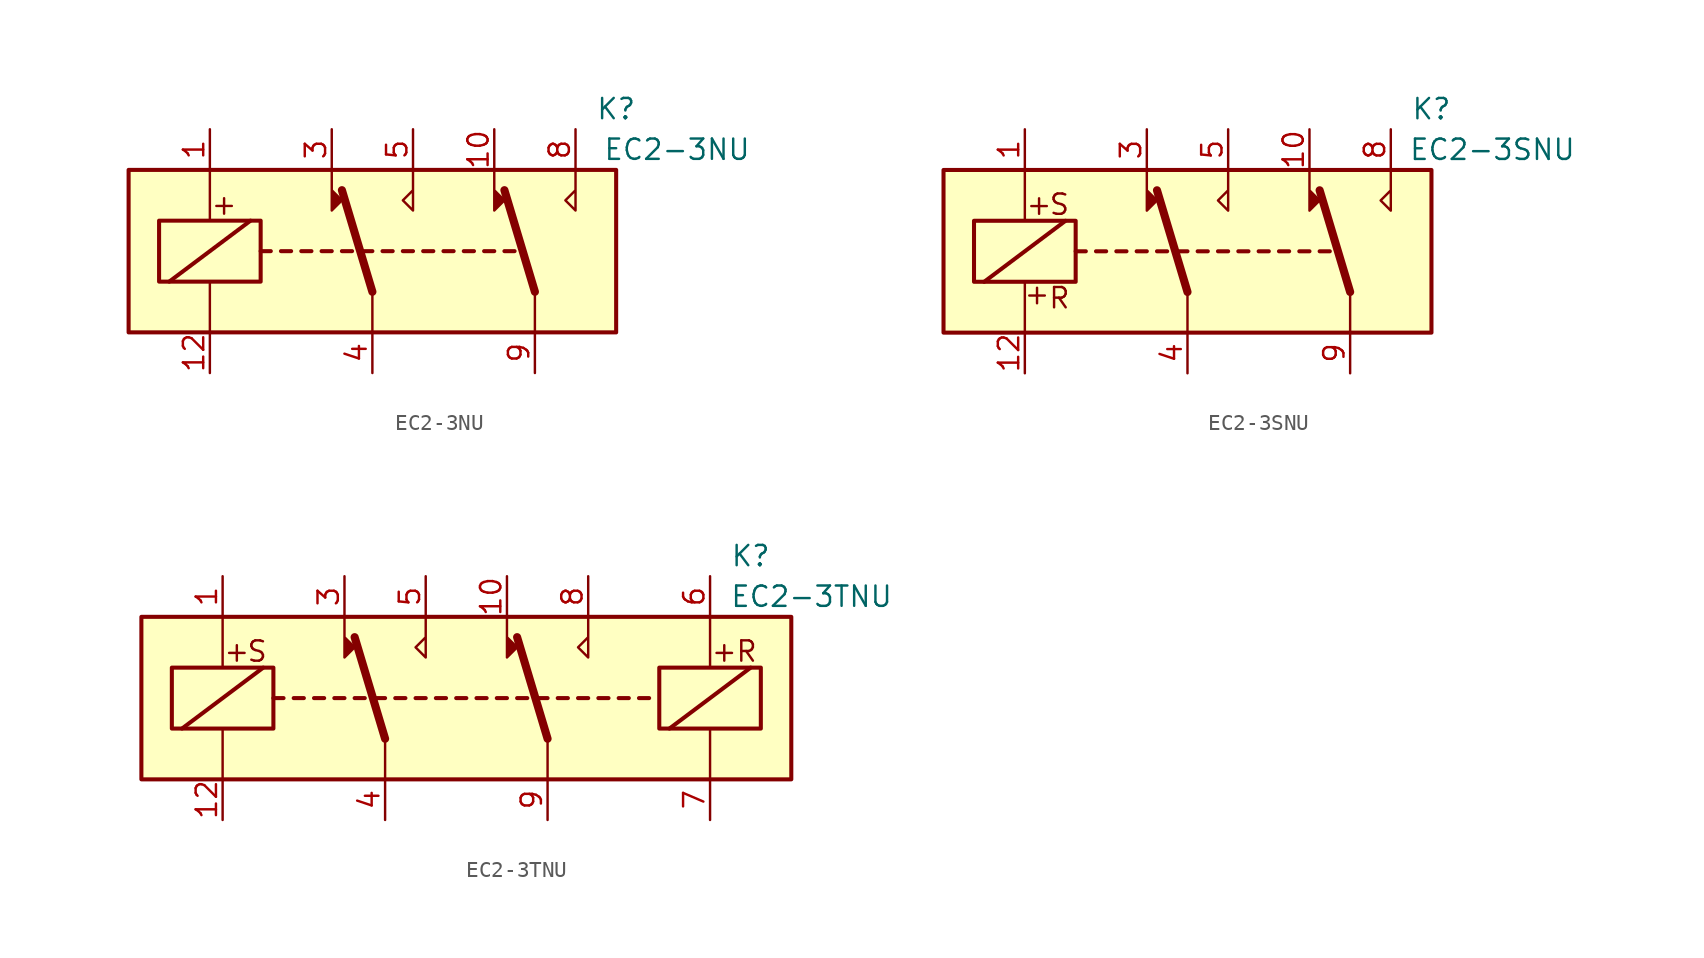
<source format=kicad_sym>
(kicad_symbol_lib
  (version 20201005)
  (generator kicad_symbol_editor)
  (symbol "EC2-3NU"
    (property "Reference" "K"
      (at 15.24 8.89 0)
      (effects (font (size 1.27 1.27))))
    (property "Value" "EC2-3NU"
      (at 19.05 6.35 0)
      (effects (font (size 1.27 1.27))))
    (symbol "EC2-3NU_1_1"
      (text "+" (at -9.271 2.921 0) (effects (font (size 1.27 1.27))))
      (rectangle (start -13.335 1.905) (end -6.985 -1.905) (stroke (width 0.254)) (fill (type none)))
      (rectangle (start -15.24 5.08) (end 15.24 -5.08) (stroke (width 0.254)) (fill (type background)))
      (polyline (pts (xy -12.7 -1.905) (xy -7.62 1.905)) (stroke (width 0.254)) (fill (type none)))
      (polyline (pts (xy -10.16 -5.08) (xy -10.16 -1.905)) (stroke (width 0)) (fill (type none)))
      (polyline (pts (xy -10.16 5.08) (xy -10.16 1.905)) (stroke (width 0)) (fill (type none)))
      (polyline (pts (xy -6.985 0) (xy -6.35 0)) (stroke (width 0.254)) (fill (type none)))
      (polyline (pts (xy -5.715 0) (xy -5.08 0)) (stroke (width 0.254)) (fill (type none)))
      (polyline (pts (xy -4.445 0) (xy -3.81 0)) (stroke (width 0.254)) (fill (type none)))
      (polyline (pts (xy -3.175 0) (xy -2.54 0)) (stroke (width 0.254)) (fill (type none)))
      (polyline (pts (xy -1.905 0) (xy -1.27 0)) (stroke (width 0.254)) (fill (type none)))
      (polyline (pts (xy -0.635 0) (xy 0 0)) (stroke (width 0.254)) (fill (type none)))
      (polyline (pts (xy 0 -2.54) (xy -1.905 3.81)) (stroke (width 0.508)) (fill (type none)))
      (polyline (pts (xy 0 -2.54) (xy 0 -5.08)) (stroke (width 0)) (fill (type none)))
      (polyline (pts (xy 0.635 0) (xy 1.27 0)) (stroke (width 0.254)) (fill (type none)))
      (polyline (pts (xy 1.905 0) (xy 2.54 0)) (stroke (width 0.254)) (fill (type none)))
      (polyline (pts (xy 3.175 0) (xy 3.81 0)) (stroke (width 0.254)) (fill (type none)))
      (polyline (pts (xy 4.445 0) (xy 5.08 0)) (stroke (width 0.254)) (fill (type none)))
      (polyline (pts (xy 5.715 0) (xy 6.35 0)) (stroke (width 0.254)) (fill (type none)))
      (polyline (pts (xy 6.985 0) (xy 7.62 0)) (stroke (width 0.254)) (fill (type none)))
      (polyline (pts (xy 8.255 0) (xy 8.89 0)) (stroke (width 0.254)) (fill (type none)))
      (polyline (pts (xy 10.16 -2.54) (xy 8.255 3.81)) (stroke (width 0.508)) (fill (type none)))
      (polyline (pts (xy 10.16 -2.54) (xy 10.16 -5.08)) (stroke (width 0)) (fill (type none)))
      (polyline (pts (xy 2.54 5.08) (xy 2.54 2.54) (xy 1.905 3.175) (xy 2.54 3.81)) (stroke (width 0)) (fill (type none)))
      (polyline (pts (xy 12.7 5.08) (xy 12.7 2.54) (xy 12.065 3.175) (xy 12.7 3.81)) (stroke (width 0)) (fill (type none)))
      (polyline (pts (xy -2.54 5.08) (xy -2.54 2.54) (xy -1.905 3.175) (xy -2.54 3.81)) (stroke (width 0)) (fill (type outline)))
      (polyline (pts (xy 7.62 5.08) (xy 7.62 2.54) (xy 8.255 3.175) (xy 7.62 3.81)) (stroke (width 0)) (fill (type outline)))
      (pin passive line (at -10.16 7.62 270) (length 2.54) (name "~" (effects (font (size 1.27 1.27)))) (number "1" (effects (font (size 1.27 1.27)))))
      (pin passive line (at 7.62 7.62 270) (length 2.54) (name "~" (effects (font (size 1.27 1.27)))) (number "10" (effects (font (size 1.27 1.27)))))
      (pin passive line (at -10.16 -7.62 90) (length 2.54) (name "~" (effects (font (size 1.27 1.27)))) (number "12" (effects (font (size 1.27 1.27)))))
      (pin passive line (at -2.54 7.62 270) (length 2.54) (name "~" (effects (font (size 1.27 1.27)))) (number "3" (effects (font (size 1.27 1.27)))))
      (pin passive line (at 0 -7.62 90) (length 2.54) (name "~" (effects (font (size 1.27 1.27)))) (number "4" (effects (font (size 1.27 1.27)))))
      (pin passive line (at 2.54 7.62 270) (length 2.54) (name "~" (effects (font (size 1.27 1.27)))) (number "5" (effects (font (size 1.27 1.27)))))
      (pin passive line (at 12.7 7.62 270) (length 2.54) (name "~" (effects (font (size 1.27 1.27)))) (number "8" (effects (font (size 1.27 1.27)))))
      (pin passive line (at 10.16 -7.62 90) (length 2.54) (name "~" (effects (font (size 1.27 1.27)))) (number "9" (effects (font (size 1.27 1.27)))))))
  (symbol "EC2-3SNU"
    (property "Reference" "K"
      (at 15.24 8.89 0)
      (effects (font (size 1.27 1.27))))
    (property "Value" "EC2-3SNU"
      (at 19.05 6.35 0)
      (effects (font (size 1.27 1.27))))
    (symbol "EC2-3SNU_0_0"
      (text "S" (at -8.001 2.921 0) (effects (font (size 1.27 1.27)))))
    (symbol "EC2-3SNU_1_1"
      (text "+" (at -9.398 -2.667 0) (effects (font (size 1.27 1.27))))
      (text "+" (at -9.271 2.921 0) (effects (font (size 1.27 1.27))))
      (text "R" (at -8.001 -2.921 0) (effects (font (size 1.27 1.27))))
      (rectangle (start -13.335 1.905) (end -6.985 -1.905) (stroke (width 0.254)) (fill (type none)))
      (rectangle (start -15.24 5.08) (end 15.24 -5.08) (stroke (width 0.254)) (fill (type background)))
      (polyline (pts (xy -12.7 -1.905) (xy -7.62 1.905)) (stroke (width 0.254)) (fill (type none)))
      (polyline (pts (xy -10.16 -5.08) (xy -10.16 -1.905)) (stroke (width 0)) (fill (type none)))
      (polyline (pts (xy -10.16 5.08) (xy -10.16 1.905)) (stroke (width 0)) (fill (type none)))
      (polyline (pts (xy -6.985 0) (xy -6.35 0)) (stroke (width 0.254)) (fill (type none)))
      (polyline (pts (xy -5.715 0) (xy -5.08 0)) (stroke (width 0.254)) (fill (type none)))
      (polyline (pts (xy -4.445 0) (xy -3.81 0)) (stroke (width 0.254)) (fill (type none)))
      (polyline (pts (xy -3.175 0) (xy -2.54 0)) (stroke (width 0.254)) (fill (type none)))
      (polyline (pts (xy -1.905 0) (xy -1.27 0)) (stroke (width 0.254)) (fill (type none)))
      (polyline (pts (xy -0.635 0) (xy 0 0)) (stroke (width 0.254)) (fill (type none)))
      (polyline (pts (xy 0 -2.54) (xy -1.905 3.81)) (stroke (width 0.508)) (fill (type none)))
      (polyline (pts (xy 0 -2.54) (xy 0 -5.08)) (stroke (width 0)) (fill (type none)))
      (polyline (pts (xy 0.635 0) (xy 1.27 0)) (stroke (width 0.254)) (fill (type none)))
      (polyline (pts (xy 1.905 0) (xy 2.54 0)) (stroke (width 0.254)) (fill (type none)))
      (polyline (pts (xy 3.175 0) (xy 3.81 0)) (stroke (width 0.254)) (fill (type none)))
      (polyline (pts (xy 4.445 0) (xy 5.08 0)) (stroke (width 0.254)) (fill (type none)))
      (polyline (pts (xy 5.715 0) (xy 6.35 0)) (stroke (width 0.254)) (fill (type none)))
      (polyline (pts (xy 6.985 0) (xy 7.62 0)) (stroke (width 0.254)) (fill (type none)))
      (polyline (pts (xy 8.255 0) (xy 8.89 0)) (stroke (width 0.254)) (fill (type none)))
      (polyline (pts (xy 10.16 -2.54) (xy 8.255 3.81)) (stroke (width 0.508)) (fill (type none)))
      (polyline (pts (xy 10.16 -2.54) (xy 10.16 -5.08)) (stroke (width 0)) (fill (type none)))
      (polyline (pts (xy 2.54 5.08) (xy 2.54 2.54) (xy 1.905 3.175) (xy 2.54 3.81)) (stroke (width 0)) (fill (type none)))
      (polyline (pts (xy 12.7 5.08) (xy 12.7 2.54) (xy 12.065 3.175) (xy 12.7 3.81)) (stroke (width 0)) (fill (type none)))
      (polyline (pts (xy -2.54 5.08) (xy -2.54 2.54) (xy -1.905 3.175) (xy -2.54 3.81)) (stroke (width 0)) (fill (type outline)))
      (polyline (pts (xy 7.62 5.08) (xy 7.62 2.54) (xy 8.255 3.175) (xy 7.62 3.81)) (stroke (width 0)) (fill (type outline)))
      (pin passive line (at -10.16 7.62 270) (length 2.54) (name "~" (effects (font (size 1.27 1.27)))) (number "1" (effects (font (size 1.27 1.27)))))
      (pin passive line (at 7.62 7.62 270) (length 2.54) (name "~" (effects (font (size 1.27 1.27)))) (number "10" (effects (font (size 1.27 1.27)))))
      (pin passive line (at -10.16 -7.62 90) (length 2.54) (name "~" (effects (font (size 1.27 1.27)))) (number "12" (effects (font (size 1.27 1.27)))))
      (pin passive line (at -2.54 7.62 270) (length 2.54) (name "~" (effects (font (size 1.27 1.27)))) (number "3" (effects (font (size 1.27 1.27)))))
      (pin passive line (at 0 -7.62 90) (length 2.54) (name "~" (effects (font (size 1.27 1.27)))) (number "4" (effects (font (size 1.27 1.27)))))
      (pin passive line (at 2.54 7.62 270) (length 2.54) (name "~" (effects (font (size 1.27 1.27)))) (number "5" (effects (font (size 1.27 1.27)))))
      (pin passive line (at 12.7 7.62 270) (length 2.54) (name "~" (effects (font (size 1.27 1.27)))) (number "8" (effects (font (size 1.27 1.27)))))
      (pin passive line (at 10.16 -7.62 90) (length 2.54) (name "~" (effects (font (size 1.27 1.27)))) (number "9" (effects (font (size 1.27 1.27)))))))
  (symbol "EC2-3TNU"
    (property "Reference" "K"
      (at 17.78 8.89 0)
      (effects (font (size 1.27 1.27))))
    (property "Value" "EC2-3TNU"
      (at 21.59 6.35 0)
      (effects (font (size 1.27 1.27))))
    (symbol "EC2-3TNU_1_1"
      (text "+" (at -14.351 2.921 0) (effects (font (size 1.27 1.27))))
      (text "+" (at 16.129 2.921 0) (effects (font (size 1.27 1.27))))
      (text "R" (at 17.526 2.921 0) (effects (font (size 1.27 1.27))))
      (text "S" (at -13.081 2.921 0) (effects (font (size 1.27 1.27))))
      (rectangle (start -18.415 1.905) (end -12.065 -1.905) (stroke (width 0.254)) (fill (type none)))
      (rectangle (start 12.065 1.905) (end 18.415 -1.905) (stroke (width 0.254)) (fill (type none)))
      (rectangle (start -20.32 5.08) (end 20.32 -5.08) (stroke (width 0.254)) (fill (type background)))
      (polyline (pts (xy -17.78 -1.905) (xy -12.7 1.905)) (stroke (width 0.254)) (fill (type none)))
      (polyline (pts (xy -15.24 -5.08) (xy -15.24 -1.905)) (stroke (width 0)) (fill (type none)))
      (polyline (pts (xy -15.24 5.08) (xy -15.24 1.905)) (stroke (width 0)) (fill (type none)))
      (polyline (pts (xy -12.065 0) (xy -11.43 0)) (stroke (width 0.254)) (fill (type none)))
      (polyline (pts (xy -10.795 0) (xy -10.16 0)) (stroke (width 0.254)) (fill (type none)))
      (polyline (pts (xy -9.525 0) (xy -8.89 0)) (stroke (width 0.254)) (fill (type none)))
      (polyline (pts (xy -8.255 0) (xy -7.62 0)) (stroke (width 0.254)) (fill (type none)))
      (polyline (pts (xy -6.985 0) (xy -6.35 0)) (stroke (width 0.254)) (fill (type none)))
      (polyline (pts (xy -5.715 0) (xy -5.08 0)) (stroke (width 0.254)) (fill (type none)))
      (polyline (pts (xy -5.08 -2.54) (xy -6.985 3.81)) (stroke (width 0.508)) (fill (type none)))
      (polyline (pts (xy -5.08 -2.54) (xy -5.08 -5.08)) (stroke (width 0)) (fill (type none)))
      (polyline (pts (xy -4.445 0) (xy -3.81 0)) (stroke (width 0.254)) (fill (type none)))
      (polyline (pts (xy -3.175 0) (xy -2.54 0)) (stroke (width 0.254)) (fill (type none)))
      (polyline (pts (xy -1.905 0) (xy -1.27 0)) (stroke (width 0.254)) (fill (type none)))
      (polyline (pts (xy -0.635 0) (xy 0 0)) (stroke (width 0.254)) (fill (type none)))
      (polyline (pts (xy 0.635 0) (xy 1.27 0)) (stroke (width 0.254)) (fill (type none)))
      (polyline (pts (xy 1.905 0) (xy 2.54 0)) (stroke (width 0.254)) (fill (type none)))
      (polyline (pts (xy 3.175 0) (xy 3.81 0)) (stroke (width 0.254)) (fill (type none)))
      (polyline (pts (xy 4.445 0) (xy 5.08 0)) (stroke (width 0.254)) (fill (type none)))
      (polyline (pts (xy 5.08 -2.54) (xy 3.175 3.81)) (stroke (width 0.508)) (fill (type none)))
      (polyline (pts (xy 5.08 -2.54) (xy 5.08 -5.08)) (stroke (width 0)) (fill (type none)))
      (polyline (pts (xy 5.715 0) (xy 6.35 0)) (stroke (width 0.254)) (fill (type none)))
      (polyline (pts (xy 6.985 0) (xy 7.62 0)) (stroke (width 0.254)) (fill (type none)))
      (polyline (pts (xy 8.255 0) (xy 8.89 0)) (stroke (width 0.254)) (fill (type none)))
      (polyline (pts (xy 9.525 0) (xy 10.16 0)) (stroke (width 0.254)) (fill (type none)))
      (polyline (pts (xy 10.795 0) (xy 11.43 0)) (stroke (width 0.254)) (fill (type none)))
      (polyline (pts (xy 12.7 -1.905) (xy 17.78 1.905)) (stroke (width 0.254)) (fill (type none)))
      (polyline (pts (xy 15.24 -5.08) (xy 15.24 -1.905)) (stroke (width 0)) (fill (type none)))
      (polyline (pts (xy 15.24 5.08) (xy 15.24 1.905)) (stroke (width 0)) (fill (type none)))
      (polyline (pts (xy -2.54 5.08) (xy -2.54 2.54) (xy -3.175 3.175) (xy -2.54 3.81)) (stroke (width 0)) (fill (type none)))
      (polyline (pts (xy 7.62 5.08) (xy 7.62 2.54) (xy 6.985 3.175) (xy 7.62 3.81)) (stroke (width 0)) (fill (type none)))
      (polyline (pts (xy -7.62 5.08) (xy -7.62 2.54) (xy -6.985 3.175) (xy -7.62 3.81)) (stroke (width 0)) (fill (type outline)))
      (polyline (pts (xy 2.54 5.08) (xy 2.54 2.54) (xy 3.175 3.175) (xy 2.54 3.81)) (stroke (width 0)) (fill (type outline)))
      (pin passive line (at -15.24 7.62 270) (length 2.54) (name "~" (effects (font (size 1.27 1.27)))) (number "1" (effects (font (size 1.27 1.27)))))
      (pin passive line (at 2.54 7.62 270) (length 2.54) (name "~" (effects (font (size 1.27 1.27)))) (number "10" (effects (font (size 1.27 1.27)))))
      (pin passive line (at -15.24 -7.62 90) (length 2.54) (name "~" (effects (font (size 1.27 1.27)))) (number "12" (effects (font (size 1.27 1.27)))))
      (pin passive line (at -7.62 7.62 270) (length 2.54) (name "~" (effects (font (size 1.27 1.27)))) (number "3" (effects (font (size 1.27 1.27)))))
      (pin passive line (at -5.08 -7.62 90) (length 2.54) (name "~" (effects (font (size 1.27 1.27)))) (number "4" (effects (font (size 1.27 1.27)))))
      (pin passive line (at -2.54 7.62 270) (length 2.54) (name "~" (effects (font (size 1.27 1.27)))) (number "5" (effects (font (size 1.27 1.27)))))
      (pin passive line (at 15.24 7.62 270) (length 2.54) (name "~" (effects (font (size 1.27 1.27)))) (number "6" (effects (font (size 1.27 1.27)))))
      (pin passive line (at 15.24 -7.62 90) (length 2.54) (name "~" (effects (font (size 1.27 1.27)))) (number "7" (effects (font (size 1.27 1.27)))))
      (pin passive line (at 7.62 7.62 270) (length 2.54) (name "~" (effects (font (size 1.27 1.27)))) (number "8" (effects (font (size 1.27 1.27)))))
      (pin passive line (at 5.08 -7.62 90) (length 2.54) (name "~" (effects (font (size 1.27 1.27)))) (number "9" (effects (font (size 1.27 1.27))))))))
</source>
